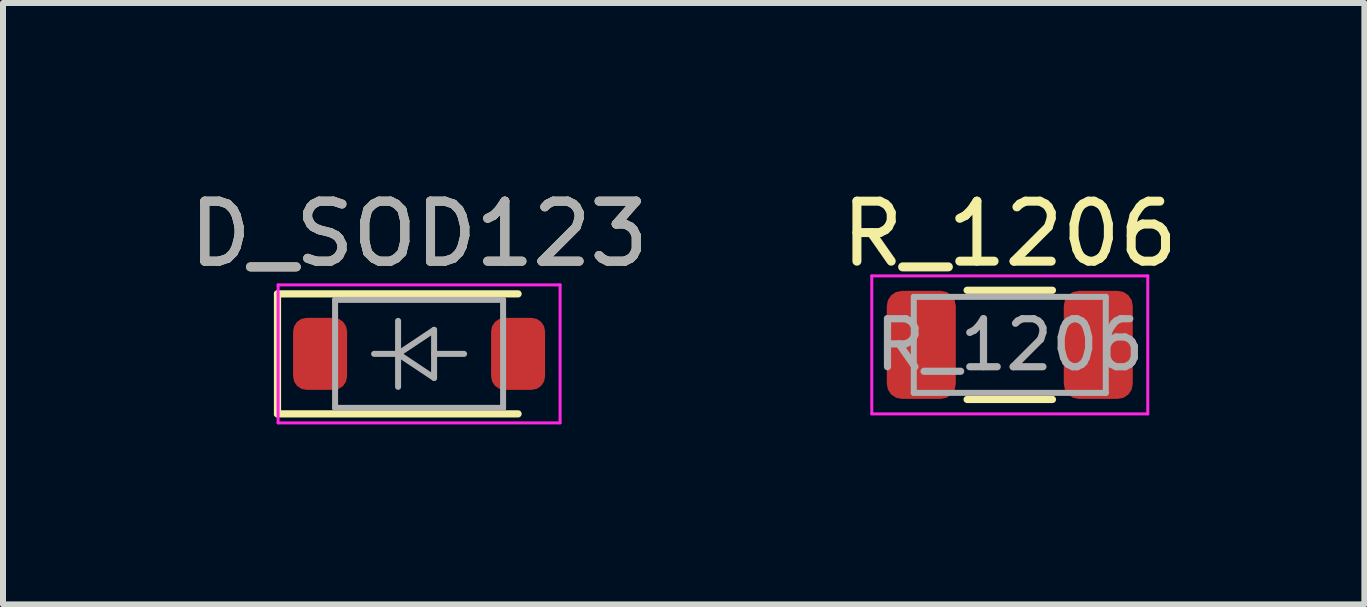
<source format=kicad_pcb>
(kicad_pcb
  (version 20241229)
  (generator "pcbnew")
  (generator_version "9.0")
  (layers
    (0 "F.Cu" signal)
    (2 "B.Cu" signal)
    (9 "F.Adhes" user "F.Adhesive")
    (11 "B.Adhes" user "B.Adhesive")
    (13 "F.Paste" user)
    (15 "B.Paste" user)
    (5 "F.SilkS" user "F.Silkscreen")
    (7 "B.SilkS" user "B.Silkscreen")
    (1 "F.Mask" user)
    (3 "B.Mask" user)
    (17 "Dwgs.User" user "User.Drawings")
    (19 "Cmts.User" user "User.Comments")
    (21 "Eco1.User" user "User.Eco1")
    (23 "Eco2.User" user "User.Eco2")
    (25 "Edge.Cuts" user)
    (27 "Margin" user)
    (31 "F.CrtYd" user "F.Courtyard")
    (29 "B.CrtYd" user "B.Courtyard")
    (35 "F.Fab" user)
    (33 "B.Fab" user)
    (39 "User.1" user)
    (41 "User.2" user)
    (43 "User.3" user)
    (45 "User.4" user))
  (footprint "D_SOD123"
    (layer "F.Cu")
    (at 3.935 2.848)
    (property "Reference" "D_SOD123" (at 0 -2 0) (layer "F.SilkS") (effects (font (size 1 1) (thickness 0.15))))
    (attr smd)
    (fp_line (start -2.36 -1) (end -2.36 1) (stroke (width 0.12) (type solid)) (layer "F.SilkS"))
    (fp_line (start -2.36 -1) (end 1.65 -1) (stroke (width 0.12) (type solid)) (layer "F.SilkS"))
    (fp_line (start -2.36 1) (end 1.65 1) (stroke (width 0.12) (type solid)) (layer "F.SilkS"))
    (fp_line (start -2.35 -1.15) (end -2.35 1.15) (stroke (width 0.05) (type solid)) (layer "F.CrtYd"))
    (fp_line (start -2.35 -1.15) (end 2.35 -1.15) (stroke (width 0.05) (type solid)) (layer "F.CrtYd"))
    (fp_line (start 2.35 -1.15) (end 2.35 1.15) (stroke (width 0.05) (type solid)) (layer "F.CrtYd"))
    (fp_line (start 2.35 1.15) (end -2.35 1.15) (stroke (width 0.05) (type solid)) (layer "F.CrtYd"))
    (fp_line (start -1.4 -0.9) (end 1.4 -0.9) (stroke (width 0.1) (type solid)) (layer "F.Fab"))
    (fp_line (start -1.4 0.9) (end -1.4 -0.9) (stroke (width 0.1) (type solid)) (layer "F.Fab"))
    (fp_line (start -0.75 0) (end -0.35 0) (stroke (width 0.1) (type solid)) (layer "F.Fab"))
    (fp_line (start -0.35 0) (end -0.35 -0.55) (stroke (width 0.1) (type solid)) (layer "F.Fab"))
    (fp_line (start -0.35 0) (end -0.35 0.55) (stroke (width 0.1) (type solid)) (layer "F.Fab"))
    (fp_line (start -0.35 0) (end 0.25 -0.4) (stroke (width 0.1) (type solid)) (layer "F.Fab"))
    (fp_line (start 0.25 -0.4) (end 0.25 0.4) (stroke (width 0.1) (type solid)) (layer "F.Fab"))
    (fp_line (start 0.25 0) (end 0.75 0) (stroke (width 0.1) (type solid)) (layer "F.Fab"))
    (fp_line (start 0.25 0.4) (end -0.35 0) (stroke (width 0.1) (type solid)) (layer "F.Fab"))
    (fp_line (start 1.4 -0.9) (end 1.4 0.9) (stroke (width 0.1) (type solid)) (layer "F.Fab"))
    (fp_line (start 1.4 0.9) (end -1.4 0.9) (stroke (width 0.1) (type solid)) (layer "F.Fab"))
    (fp_text user "${REFERENCE}" (at 0 -2 0) (layer "F.Fab") (effects (font (size 1 1) (thickness 0.15))))
    (pad "1" smd roundrect (at -1.65 0) (size 0.9 1.2) (layers "F.Cu" "F.Mask" "F.Paste") (roundrect_rratio 0.25))
    (pad "2" smd roundrect (at 1.65 0) (size 0.9 1.2) (layers "F.Cu" "F.Mask" "F.Paste") (roundrect_rratio 0.25)))
  (footprint "R_1206"
    (layer "F.Cu")
    (at 13.78 2.698)
    (property "Reference" "R_1206" (at 0 -1.85 0) (layer "F.SilkS") (effects (font (size 1 1) (thickness 0.15))))
    (attr smd)
    (fp_line (start -0.711 -0.91) (end 0.711 -0.91) (stroke (width 0.12) (type solid)) (layer "F.SilkS"))
    (fp_line (start -0.711 0.91) (end 0.711 0.91) (stroke (width 0.12) (type solid)) (layer "F.SilkS"))
    (fp_line (start -2.3 -1.15) (end 2.3 -1.15) (stroke (width 0.05) (type solid)) (layer "F.CrtYd"))
    (fp_line (start -2.3 1.15) (end -2.3 -1.15) (stroke (width 0.05) (type solid)) (layer "F.CrtYd"))
    (fp_line (start 2.3 -1.15) (end 2.3 1.15) (stroke (width 0.05) (type solid)) (layer "F.CrtYd"))
    (fp_line (start 2.3 1.15) (end -2.3 1.15) (stroke (width 0.05) (type solid)) (layer "F.CrtYd"))
    (fp_line (start -1.6 -0.8) (end 1.6 -0.8) (stroke (width 0.1) (type solid)) (layer "F.Fab"))
    (fp_line (start -1.6 0.8) (end -1.6 -0.8) (stroke (width 0.1) (type solid)) (layer "F.Fab"))
    (fp_line (start 1.6 -0.8) (end 1.6 0.8) (stroke (width 0.1) (type solid)) (layer "F.Fab"))
    (fp_line (start 1.6 0.8) (end -1.6 0.8) (stroke (width 0.1) (type solid)) (layer "F.Fab"))
    (fp_text user "${REFERENCE}" (at 0 0 0) (layer "F.Fab") (effects (font (size 0.8 0.8) (thickness 0.12))))
    (pad "1" smd roundrect (at -1.475 0) (size 1.15 1.8) (layers "F.Cu" "F.Mask" "F.Paste") (roundrect_rratio 0.217))
    (pad "2" smd roundrect (at 1.475 0) (size 1.15 1.8) (layers "F.Cu" "F.Mask" "F.Paste") (roundrect_rratio 0.217)))
  (gr_rect
    (start -3 -3)
    (end 19.69 7.023)
    (stroke (width 0.1) (type default))
    (fill no)
    (layer "Edge.Cuts")))
</source>
